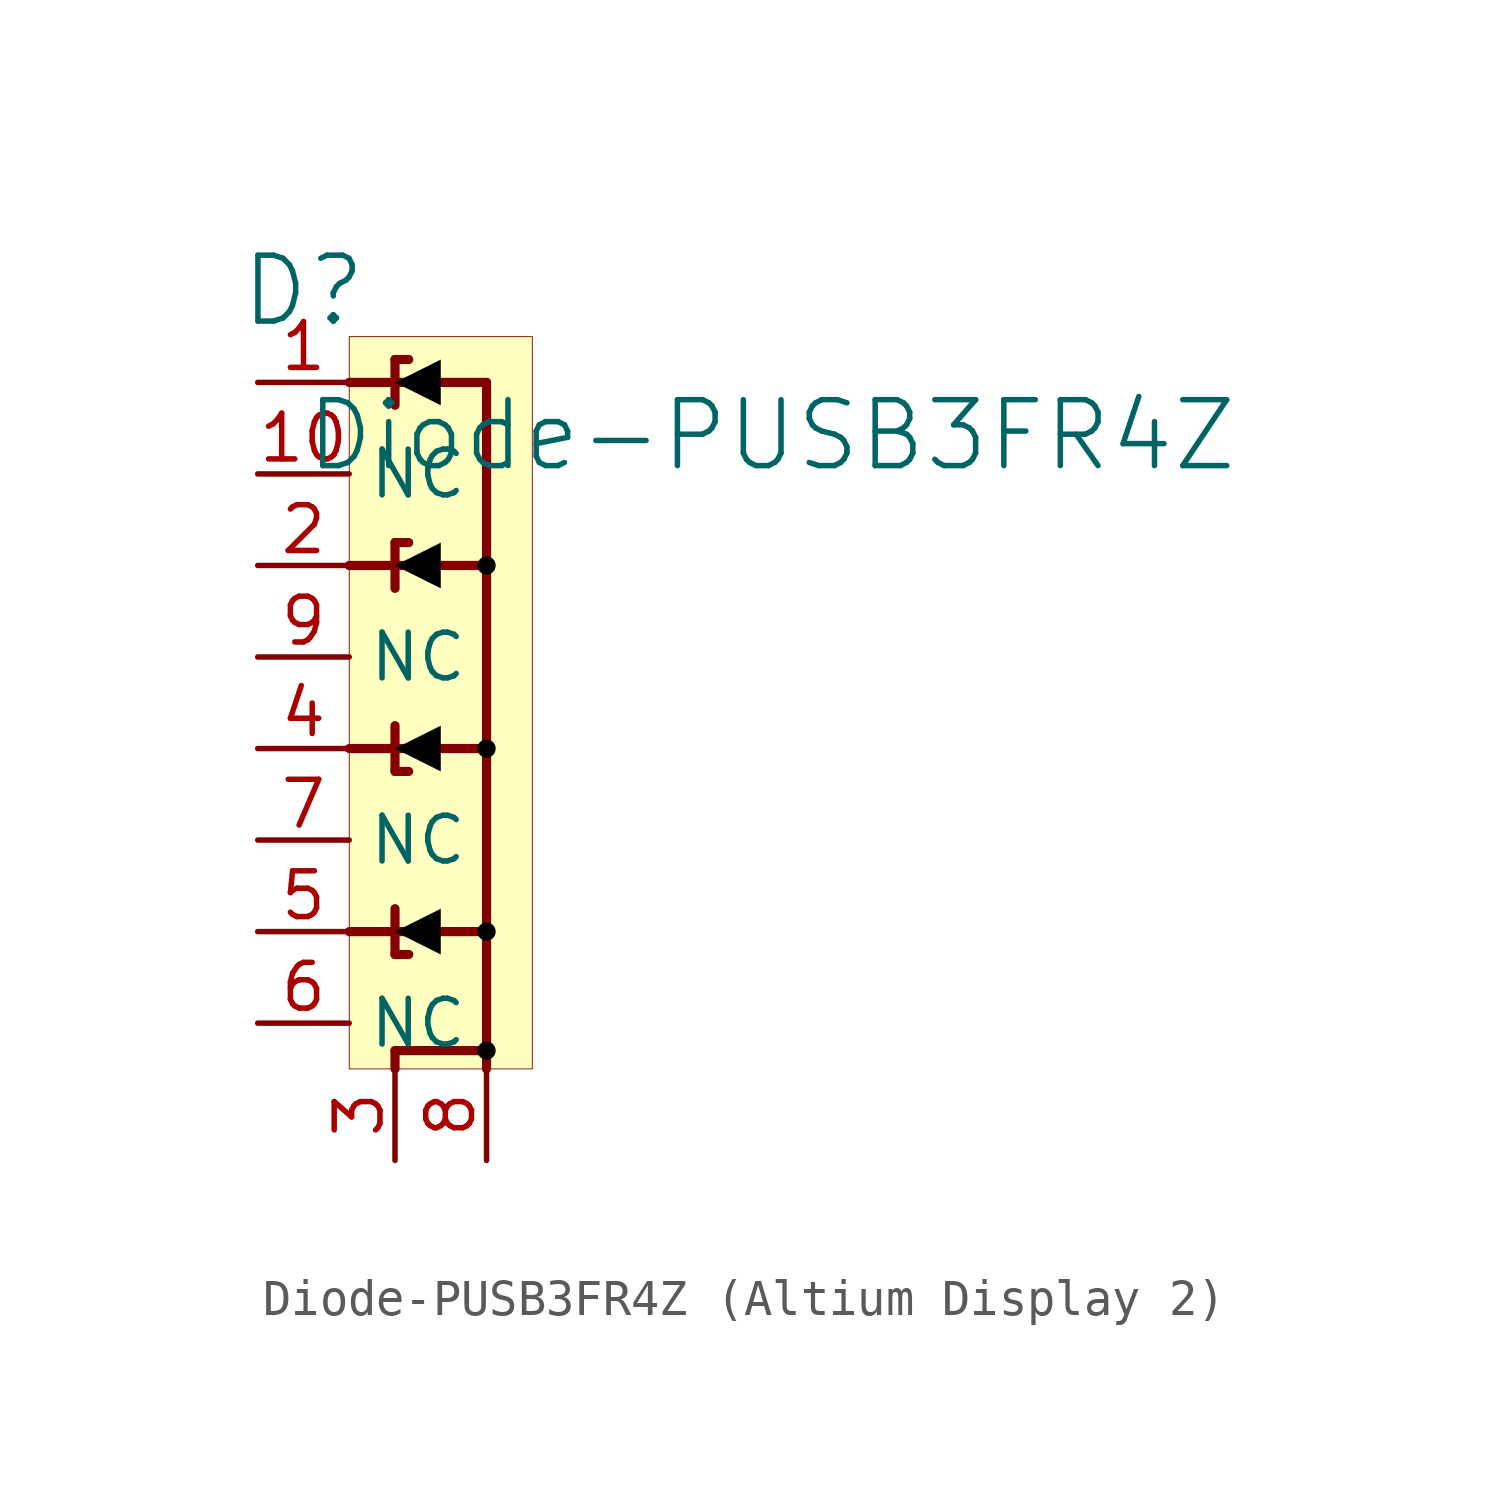
<source format=kicad_sym>
(kicad_symbol_lib
  (version 20231120)
  (generator "kicad_symbol_editor")
  (generator_version "8.0")
  (symbol "Diode-PUSB3FR4Z (Altium Display 2)"
    (property "Reference" "D"
      (at -1.27 1.27 0)
      (effects (font (size 1.829 1.829))))
    (property "Value" "Diode-PUSB3FR4Z"
      (at -1.27 -3.81 0)
      (effects (font (size 1.829 1.829)) (justify left bottom)))
    (symbol "Diode-PUSB3FR4Z (Altium Display 2)_1_0"
      (polyline (pts (xy 0 -16.51) (xy 3.81 -16.51)) (stroke (width 0.254) (type solid)) (fill (type none)))
      (polyline (pts (xy 0 -11.43) (xy 3.81 -11.43)) (stroke (width 0.254) (type solid)) (fill (type none)))
      (polyline (pts (xy 0 -6.35) (xy 3.81 -6.35)) (stroke (width 0.254) (type solid)) (fill (type none)))
      (polyline (pts (xy 0 -1.27) (xy 3.81 -1.27)) (stroke (width 0.254) (type solid)) (fill (type none)))
      (polyline (pts (xy 1.27 -20.32) (xy 1.27 -19.812)) (stroke (width 0.254) (type solid)) (fill (type none)))
      (polyline (pts (xy 1.27 -19.812) (xy 3.81 -19.812)) (stroke (width 0.254) (type solid)) (fill (type none)))
      (polyline (pts (xy 1.27 -17.145) (xy 1.651 -17.145)) (stroke (width 0.254) (type solid)) (fill (type none)))
      (polyline (pts (xy 1.27 -16.51) (xy 1.27 -17.145)) (stroke (width 0.254) (type solid)) (fill (type none)))
      (polyline (pts (xy 1.27 -16.51) (xy 1.27 -15.875)) (stroke (width 0.254) (type solid)) (fill (type none)))
      (polyline (pts (xy 1.27 -12.065) (xy 1.651 -12.065)) (stroke (width 0.254) (type solid)) (fill (type none)))
      (polyline (pts (xy 1.27 -11.43) (xy 1.27 -12.065)) (stroke (width 0.254) (type solid)) (fill (type none)))
      (polyline (pts (xy 1.27 -11.43) (xy 1.27 -10.795)) (stroke (width 0.254) (type solid)) (fill (type none)))
      (polyline (pts (xy 1.27 -6.35) (xy 1.27 -6.985)) (stroke (width 0.254) (type solid)) (fill (type none)))
      (polyline (pts (xy 1.27 -6.35) (xy 1.27 -5.715)) (stroke (width 0.254) (type solid)) (fill (type none)))
      (polyline (pts (xy 1.27 -5.715) (xy 1.651 -5.715)) (stroke (width 0.254) (type solid)) (fill (type none)))
      (polyline (pts (xy 1.27 -1.27) (xy 1.27 -1.905)) (stroke (width 0.254) (type solid)) (fill (type none)))
      (polyline (pts (xy 1.27 -1.27) (xy 1.27 -0.635)) (stroke (width 0.254) (type solid)) (fill (type none)))
      (polyline (pts (xy 1.27 -0.635) (xy 1.651 -0.635)) (stroke (width 0.254) (type solid)) (fill (type none)))
      (polyline (pts (xy 3.81 -1.27) (xy 3.81 -20.32)) (stroke (width 0.254) (type solid)) (fill (type none)))
      (polyline (pts (xy 2.54 -15.875) (xy 1.27 -16.51) (xy 2.54 -17.145) (xy 2.54 -15.875)) (stroke (width -0.0001) (type solid) (color 0 0 0 1)) (fill (type outline)))
      (polyline (pts (xy 2.54 -10.795) (xy 1.27 -11.43) (xy 2.54 -12.065) (xy 2.54 -10.795)) (stroke (width -0.0001) (type solid) (color 0 0 0 1)) (fill (type outline)))
      (polyline (pts (xy 2.54 -6.985) (xy 1.27 -6.35) (xy 2.54 -5.715) (xy 2.54 -6.985)) (stroke (width -0.0001) (type solid) (color 0 0 0 1)) (fill (type outline)))
      (polyline (pts (xy 2.54 -1.905) (xy 1.27 -1.27) (xy 2.54 -0.635) (xy 2.54 -1.905)) (stroke (width -0.0001) (type solid) (color 0 0 0 1)) (fill (type outline)))
      (circle (center 3.81 -19.812) (radius 0.254) (stroke (width -0.0001) (type solid) (color 0 0 0 1)) (fill (type outline)))
      (circle (center 3.81 -16.51) (radius 0.254) (stroke (width -0.0001) (type solid) (color 0 0 0 1)) (fill (type outline)))
      (circle (center 3.81 -11.43) (radius 0.254) (stroke (width -0.0001) (type solid) (color 0 0 0 1)) (fill (type outline)))
      (circle (center 3.81 -6.35) (radius 0.254) (stroke (width -0.0001) (type solid) (color 0 0 0 1)) (fill (type outline)))
      (rectangle (start 5.08 0) (end 0 -20.32) (stroke (width 0.025) (type solid) (color 128 0 0 1)) (fill (type background)))
      (pin passive line (at -2.54 -1.27 0) (length 2.54) (name "CH1" (effects (font (size 0 0)))) (number "1" (effects (font (size 1.27 1.27)))))
      (pin passive line (at -2.54 -3.81 0) (length 2.54) (name "NC" (effects (font (size 1.27 1.27)))) (number "10" (effects (font (size 1.27 1.27)))))
      (pin passive line (at -2.54 -6.35 0) (length 2.54) (name "CH2" (effects (font (size 0 0)))) (number "2" (effects (font (size 1.27 1.27)))))
      (pin passive line (at 1.27 -22.86 90) (length 2.54) (name "GND" (effects (font (size 0 0)))) (number "3" (effects (font (size 1.27 1.27)))))
      (pin passive line (at -2.54 -11.43 0) (length 2.54) (name "CH3" (effects (font (size 0 0)))) (number "4" (effects (font (size 1.27 1.27)))))
      (pin passive line (at -2.54 -16.51 0) (length 2.54) (name "CH4" (effects (font (size 0 0)))) (number "5" (effects (font (size 1.27 1.27)))))
      (pin passive line (at -2.54 -19.05 0) (length 2.54) (name "NC" (effects (font (size 1.27 1.27)))) (number "6" (effects (font (size 1.27 1.27)))))
      (pin passive line (at -2.54 -13.97 0) (length 2.54) (name "NC" (effects (font (size 1.27 1.27)))) (number "7" (effects (font (size 1.27 1.27)))))
      (pin passive line (at 3.81 -22.86 90) (length 2.54) (name "Line-4" (effects (font (size 0 0)))) (number "8" (effects (font (size 1.27 1.27)))))
      (pin passive line (at -2.54 -8.89 0) (length 2.54) (name "NC" (effects (font (size 1.27 1.27)))) (number "9" (effects (font (size 1.27 1.27))))))))
</source>
